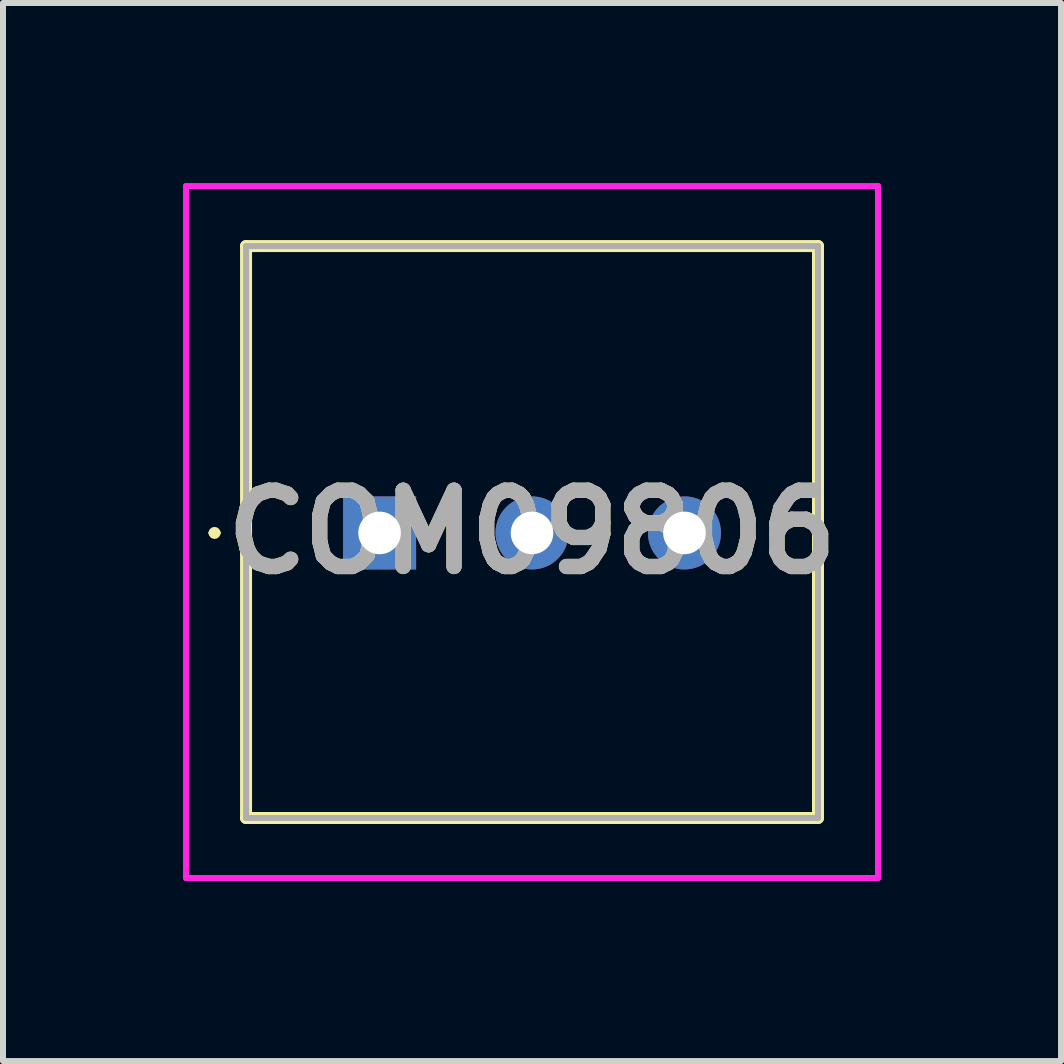
<source format=kicad_pcb>
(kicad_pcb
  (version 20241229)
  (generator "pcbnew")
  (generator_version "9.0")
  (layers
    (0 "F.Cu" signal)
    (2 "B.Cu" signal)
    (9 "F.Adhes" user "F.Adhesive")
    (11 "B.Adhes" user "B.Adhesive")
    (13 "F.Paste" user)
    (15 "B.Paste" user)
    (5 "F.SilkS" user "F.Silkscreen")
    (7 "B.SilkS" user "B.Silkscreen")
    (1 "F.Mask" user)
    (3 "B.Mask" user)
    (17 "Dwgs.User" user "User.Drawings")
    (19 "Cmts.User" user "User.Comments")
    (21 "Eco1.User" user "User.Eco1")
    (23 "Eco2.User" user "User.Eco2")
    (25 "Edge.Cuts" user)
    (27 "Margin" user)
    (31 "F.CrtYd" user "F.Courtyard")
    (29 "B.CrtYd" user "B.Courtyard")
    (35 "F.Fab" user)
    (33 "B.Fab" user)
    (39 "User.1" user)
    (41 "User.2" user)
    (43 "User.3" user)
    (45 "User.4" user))
  (footprint "COM09806"
    (layer "F.Cu")
    (at 3.275 5.83)
    (property "Reference" "COM09806" (at 2.54 -0.015 0) (layer "F.SilkS") (effects (font (size 1.27 1.27) (thickness 0.254))))
    (attr through_hole)
    (fp_line (start -2.8 0) (end -2.8 0) (stroke (width 0.1) (type solid)) (layer "F.SilkS"))
    (fp_line (start -2.7 0) (end -2.7 0) (stroke (width 0.1) (type solid)) (layer "F.SilkS"))
    (fp_line (start -2.225 -4.78) (end -2.225 4.75) (stroke (width 0.2) (type solid)) (layer "F.SilkS"))
    (fp_line (start -2.225 4.75) (end 7.305 4.75) (stroke (width 0.2) (type solid)) (layer "F.SilkS"))
    (fp_line (start 7.305 -4.78) (end -2.225 -4.78) (stroke (width 0.2) (type solid)) (layer "F.SilkS"))
    (fp_line (start 7.305 4.75) (end 7.305 -4.78) (stroke (width 0.2) (type solid)) (layer "F.SilkS"))
    (fp_arc (start -2.8 0) (mid -2.75 -0.05) (end -2.7 0) (stroke (width 0.1) (type solid)) (layer "F.SilkS"))
    (fp_arc (start -2.7 0) (mid -2.75 0.05) (end -2.8 0) (stroke (width 0.1) (type solid)) (layer "F.SilkS"))
    (fp_line (start -3.225 -5.78) (end -3.225 5.75) (stroke (width 0.1) (type solid)) (layer "F.CrtYd"))
    (fp_line (start -3.225 5.75) (end 8.305 5.75) (stroke (width 0.1) (type solid)) (layer "F.CrtYd"))
    (fp_line (start 8.305 -5.78) (end -3.225 -5.78) (stroke (width 0.1) (type solid)) (layer "F.CrtYd"))
    (fp_line (start 8.305 5.75) (end 8.305 -5.78) (stroke (width 0.1) (type solid)) (layer "F.CrtYd"))
    (fp_line (start -2.225 -4.78) (end -2.225 4.75) (stroke (width 0.1) (type solid)) (layer "F.Fab"))
    (fp_line (start -2.225 4.75) (end 7.305 4.75) (stroke (width 0.1) (type solid)) (layer "F.Fab"))
    (fp_line (start 7.305 -4.78) (end -2.225 -4.78) (stroke (width 0.1) (type solid)) (layer "F.Fab"))
    (fp_line (start 7.305 4.75) (end 7.305 -4.78) (stroke (width 0.1) (type solid)) (layer "F.Fab"))
    (fp_text user "${REFERENCE}" (at 2.54 -0.015 0) (layer "F.Fab") (effects (font (size 1.27 1.27) (thickness 0.254))))
    (pad "1" thru_hole rect (at 0 0) (size 1.217 1.217) (drill 0.71) (layers "*.Cu" "*.Mask"))
    (pad "2" thru_hole circle (at 2.54 0) (size 1.217 1.217) (drill 0.71) (layers "*.Cu" "*.Mask"))
    (pad "3" thru_hole circle (at 5.08 0) (size 1.217 1.217) (drill 0.71) (layers "*.Cu" "*.Mask")))
  (gr_rect
    (start -3 -3)
    (end 14.63 14.63)
    (stroke (width 0.1) (type default))
    (fill no)
    (layer "Edge.Cuts")))
</source>
